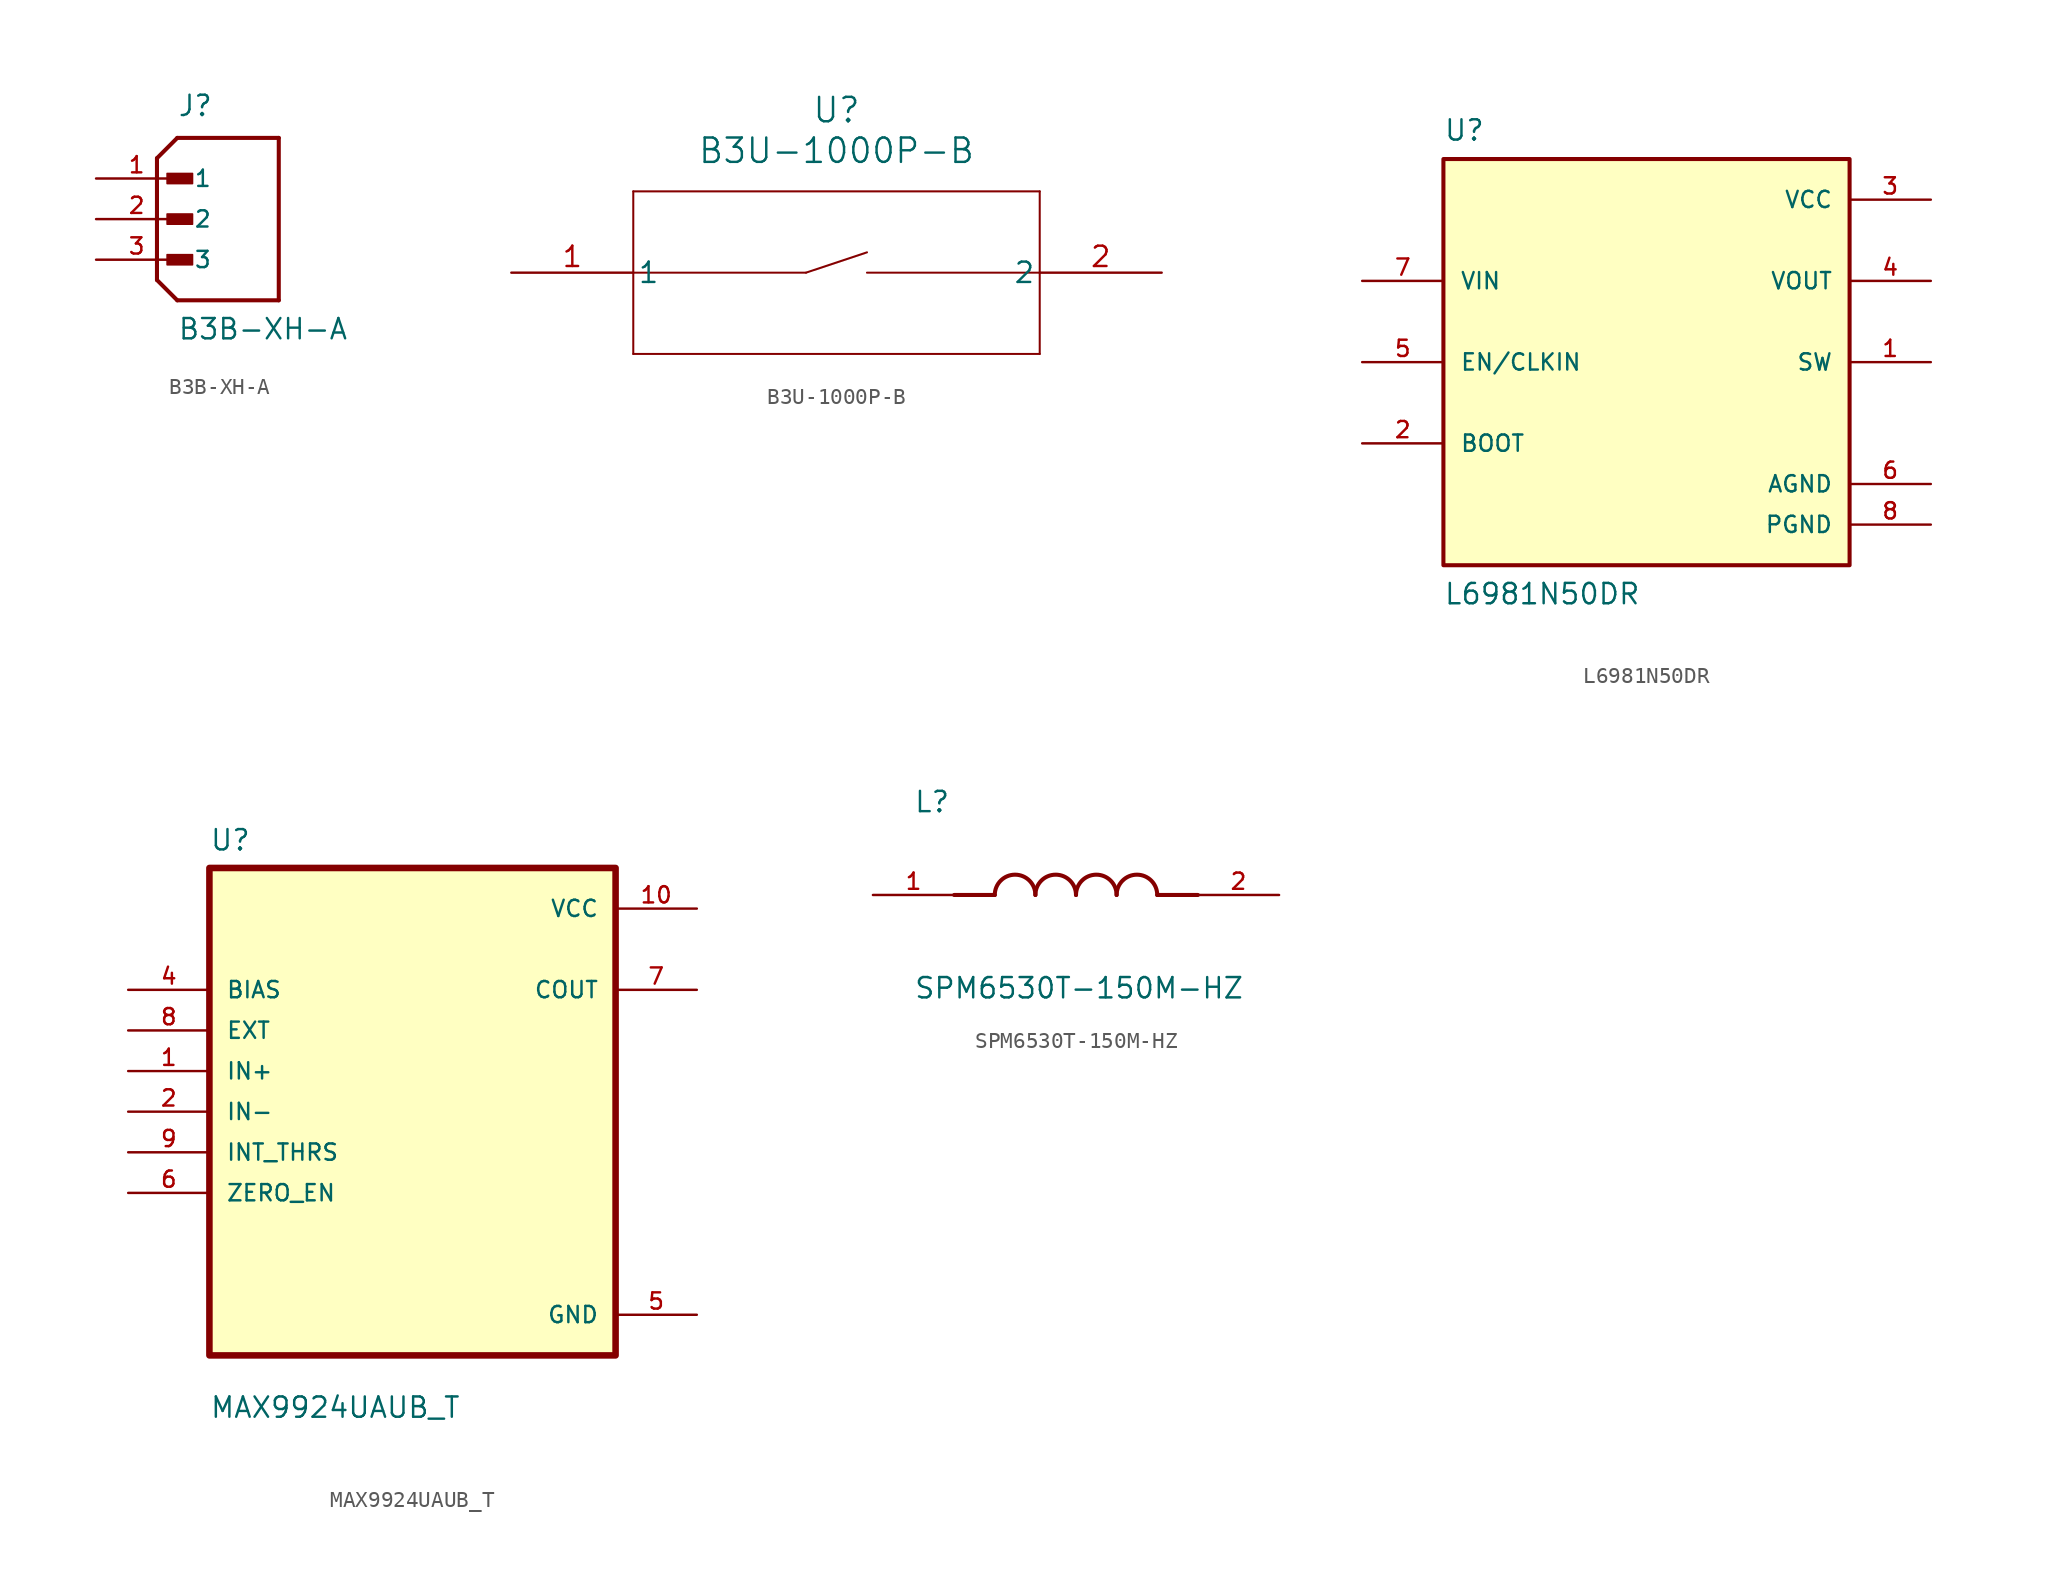
<source format=kicad_sym>
(kicad_symbol_lib
  (version 20231120)
  (generator "kicad_symbol_editor")
  (generator_version "8.0")
  (symbol "B3B-XH-A"
    (pin_names
      (offset 1.016))
    (property "Reference" "J"
      (at -2.54 6.35 0)
      (effects (font (size 1.27 1.27)) (justify left bottom)))
    (property "Value" "B3B-XH-A"
      (at -2.54 -7.62 0)
      (effects (font (size 1.27 1.27)) (justify left bottom)))
    (symbol "B3B-XH-A_0_0"
      (rectangle (start -3.175 -2.857) (end -1.587 -2.223) (stroke (width 0.1) (type default)) (fill (type outline)))
      (rectangle (start -3.175 -0.318) (end -1.587 0.318) (stroke (width 0.1) (type default)) (fill (type outline)))
      (rectangle (start -3.175 2.223) (end -1.587 2.857) (stroke (width 0.1) (type default)) (fill (type outline)))
      (polyline (pts (xy -3.81 -3.81) (xy -2.54 -5.08)) (stroke (width 0.254) (type default)) (fill (type none)))
      (polyline (pts (xy -3.81 3.81) (xy -3.81 -3.81)) (stroke (width 0.254) (type default)) (fill (type none)))
      (polyline (pts (xy -3.81 3.81) (xy -2.54 5.08)) (stroke (width 0.254) (type default)) (fill (type none)))
      (polyline (pts (xy -2.54 -5.08) (xy 3.81 -5.08)) (stroke (width 0.254) (type default)) (fill (type none)))
      (polyline (pts (xy 3.81 -5.08) (xy 3.81 5.08)) (stroke (width 0.254) (type default)) (fill (type none)))
      (polyline (pts (xy 3.81 5.08) (xy -2.54 5.08)) (stroke (width 0.254) (type default)) (fill (type none)))
      (pin passive line (at -7.62 2.54 0) (length 5.08) (name "1" (effects (font (size 1.016 1.016)))) (number "1" (effects (font (size 1.016 1.016)))))
      (pin passive line (at -7.62 0 0) (length 5.08) (name "2" (effects (font (size 1.016 1.016)))) (number "2" (effects (font (size 1.016 1.016)))))
      (pin passive line (at -7.62 -2.54 0) (length 5.08) (name "3" (effects (font (size 1.016 1.016)))) (number "3" (effects (font (size 1.016 1.016)))))))
  (symbol "B3U-1000P-B"
    (pin_names
      (offset 0.254))
    (property "Reference" "U"
      (at 20.32 10.16 0)
      (effects (font (size 1.524 1.524))))
    (property "Value" "B3U-1000P-B"
      (at 20.32 7.62 0)
      (effects (font (size 1.524 1.524))))
    (property "ki_locked" ""
      (at 0 0 0)
      (effects (font (size 1.27 1.27))))
    (symbol "B3U-1000P-B_0_1"
      (polyline (pts (xy 7.62 -5.08) (xy 33.02 -5.08)) (stroke (width 0.127) (type default)) (fill (type none)))
      (polyline (pts (xy 7.62 5.08) (xy 7.62 -5.08)) (stroke (width 0.127) (type default)) (fill (type none)))
      (polyline (pts (xy 18.415 0) (xy 7.62 0)) (stroke (width 0.127) (type default)) (fill (type none)))
      (polyline (pts (xy 18.415 0) (xy 22.225 1.27)) (stroke (width 0.127) (type default)) (fill (type none)))
      (polyline (pts (xy 22.225 0) (xy 33.02 0)) (stroke (width 0.127) (type default)) (fill (type none)))
      (polyline (pts (xy 33.02 -5.08) (xy 33.02 5.08)) (stroke (width 0.127) (type default)) (fill (type none)))
      (polyline (pts (xy 33.02 5.08) (xy 7.62 5.08)) (stroke (width 0.127) (type default)) (fill (type none)))
      (pin unspecified line (at 0 0 0) (length 7.62) (name "1" (effects (font (size 1.27 1.27)))) (number "1" (effects (font (size 1.27 1.27)))))
      (pin unspecified line (at 40.64 0 180) (length 7.62) (name "2" (effects (font (size 1.27 1.27)))) (number "2" (effects (font (size 1.27 1.27)))))))
  (symbol "L6981N50DR"
    (pin_names
      (offset 1.016))
    (property "Reference" "U"
      (at -12.7 15.24 0)
      (effects (font (size 1.27 1.27)) (justify left top)))
    (property "Value" "L6981N50DR"
      (at -12.7 -15.24 0)
      (effects (font (size 1.27 1.27)) (justify left bottom)))
    (symbol "L6981N50DR_0_0"
      (rectangle (start -12.7 -12.7) (end 12.7 12.7) (stroke (width 0.254) (type default)) (fill (type background)))
      (pin output line (at 17.78 0 180) (length 5.08) (name "SW" (effects (font (size 1.016 1.016)))) (number "1" (effects (font (size 1.016 1.016)))))
      (pin passive line (at -17.78 -5.08 0) (length 5.08) (name "BOOT" (effects (font (size 1.016 1.016)))) (number "2" (effects (font (size 1.016 1.016)))))
      (pin power_in line (at 17.78 10.16 180) (length 5.08) (name "VCC" (effects (font (size 1.016 1.016)))) (number "3" (effects (font (size 1.016 1.016)))))
      (pin power_in line (at 17.78 5.08 180) (length 5.08) (name "VOUT" (effects (font (size 1.016 1.016)))) (number "4" (effects (font (size 1.016 1.016)))))
      (pin input line (at -17.78 0 0) (length 5.08) (name "EN/CLKIN" (effects (font (size 1.016 1.016)))) (number "5" (effects (font (size 1.016 1.016)))))
      (pin power_in line (at 17.78 -7.62 180) (length 5.08) (name "AGND" (effects (font (size 1.016 1.016)))) (number "6" (effects (font (size 1.016 1.016)))))
      (pin power_in line (at -17.78 5.08 0) (length 5.08) (name "VIN" (effects (font (size 1.016 1.016)))) (number "7" (effects (font (size 1.016 1.016)))))
      (pin power_in line (at 17.78 -10.16 180) (length 5.08) (name "PGND" (effects (font (size 1.016 1.016)))) (number "8" (effects (font (size 1.016 1.016)))))))
  (symbol "MAX9924UAUB_T"
    (pin_names
      (offset 1.016))
    (property "Reference" "U"
      (at -12.7 16.24 0)
      (effects (font (size 1.27 1.27)) (justify left bottom)))
    (property "Value" "MAX9924UAUB_T"
      (at -12.7 -19.24 0)
      (effects (font (size 1.27 1.27)) (justify left bottom)))
    (symbol "MAX9924UAUB_T_0_0"
      (rectangle (start -12.7 -15.24) (end 12.7 15.24) (stroke (width 0.41) (type default)) (fill (type background)))
      (pin input line (at -17.78 2.54 0) (length 5.08) (name "IN+" (effects (font (size 1.016 1.016)))) (number "1" (effects (font (size 1.016 1.016)))))
      (pin power_in line (at 17.78 12.7 180) (length 5.08) (name "VCC" (effects (font (size 1.016 1.016)))) (number "10" (effects (font (size 1.016 1.016)))))
      (pin input line (at -17.78 0 0) (length 5.08) (name "IN-" (effects (font (size 1.016 1.016)))) (number "2" (effects (font (size 1.016 1.016)))))
      (pin input line (at -17.78 7.62 0) (length 5.08) (name "BIAS" (effects (font (size 1.016 1.016)))) (number "4" (effects (font (size 1.016 1.016)))))
      (pin power_in line (at 17.78 -12.7 180) (length 5.08) (name "GND" (effects (font (size 1.016 1.016)))) (number "5" (effects (font (size 1.016 1.016)))))
      (pin input line (at -17.78 -5.08 0) (length 5.08) (name "ZERO_EN" (effects (font (size 1.016 1.016)))) (number "6" (effects (font (size 1.016 1.016)))))
      (pin output line (at 17.78 7.62 180) (length 5.08) (name "COUT" (effects (font (size 1.016 1.016)))) (number "7" (effects (font (size 1.016 1.016)))))
      (pin input line (at -17.78 5.08 0) (length 5.08) (name "EXT" (effects (font (size 1.016 1.016)))) (number "8" (effects (font (size 1.016 1.016)))))
      (pin input line (at -17.78 -2.54 0) (length 5.08) (name "INT_THRS" (effects (font (size 1.016 1.016)))) (number "9" (effects (font (size 1.016 1.016)))))))
  (symbol "SPM6530T-150M-HZ"
    (pin_names
      (offset 1.016))
    (property "Reference" "L"
      (at -10.16 5.08 0)
      (effects (font (size 1.27 1.27)) (justify left bottom)))
    (property "Value" "SPM6530T-150M-HZ"
      (at -10.16 -5.08 0)
      (effects (font (size 1.27 1.27)) (justify left top)))
    (symbol "SPM6530T-150M-HZ_0_0"
      (arc (start -2.54 0) (mid -3.81 1.2645) (end -5.08 0) (stroke (width 0.254) (type default)) (fill (type none)))
      (arc (start 0 0) (mid -1.27 1.2645) (end -2.54 0) (stroke (width 0.254) (type default)) (fill (type none)))
      (polyline (pts (xy -5.08 0) (xy -7.62 0)) (stroke (width 0.254) (type default)) (fill (type none)))
      (polyline (pts (xy 5.08 0) (xy 7.62 0)) (stroke (width 0.254) (type default)) (fill (type none)))
      (arc (start 2.54 0) (mid 1.27 1.2645) (end 0 0) (stroke (width 0.254) (type default)) (fill (type none)))
      (arc (start 5.08 0) (mid 3.81 1.2645) (end 2.54 0) (stroke (width 0.254) (type default)) (fill (type none)))
      (pin passive line (at -12.7 0 0) (length 5.08) (name "~" (effects (font (size 1.016 1.016)))) (number "1" (effects (font (size 1.016 1.016)))))
      (pin passive line (at 12.7 0 180) (length 5.08) (name "~" (effects (font (size 1.016 1.016)))) (number "2" (effects (font (size 1.016 1.016))))))))
</source>
